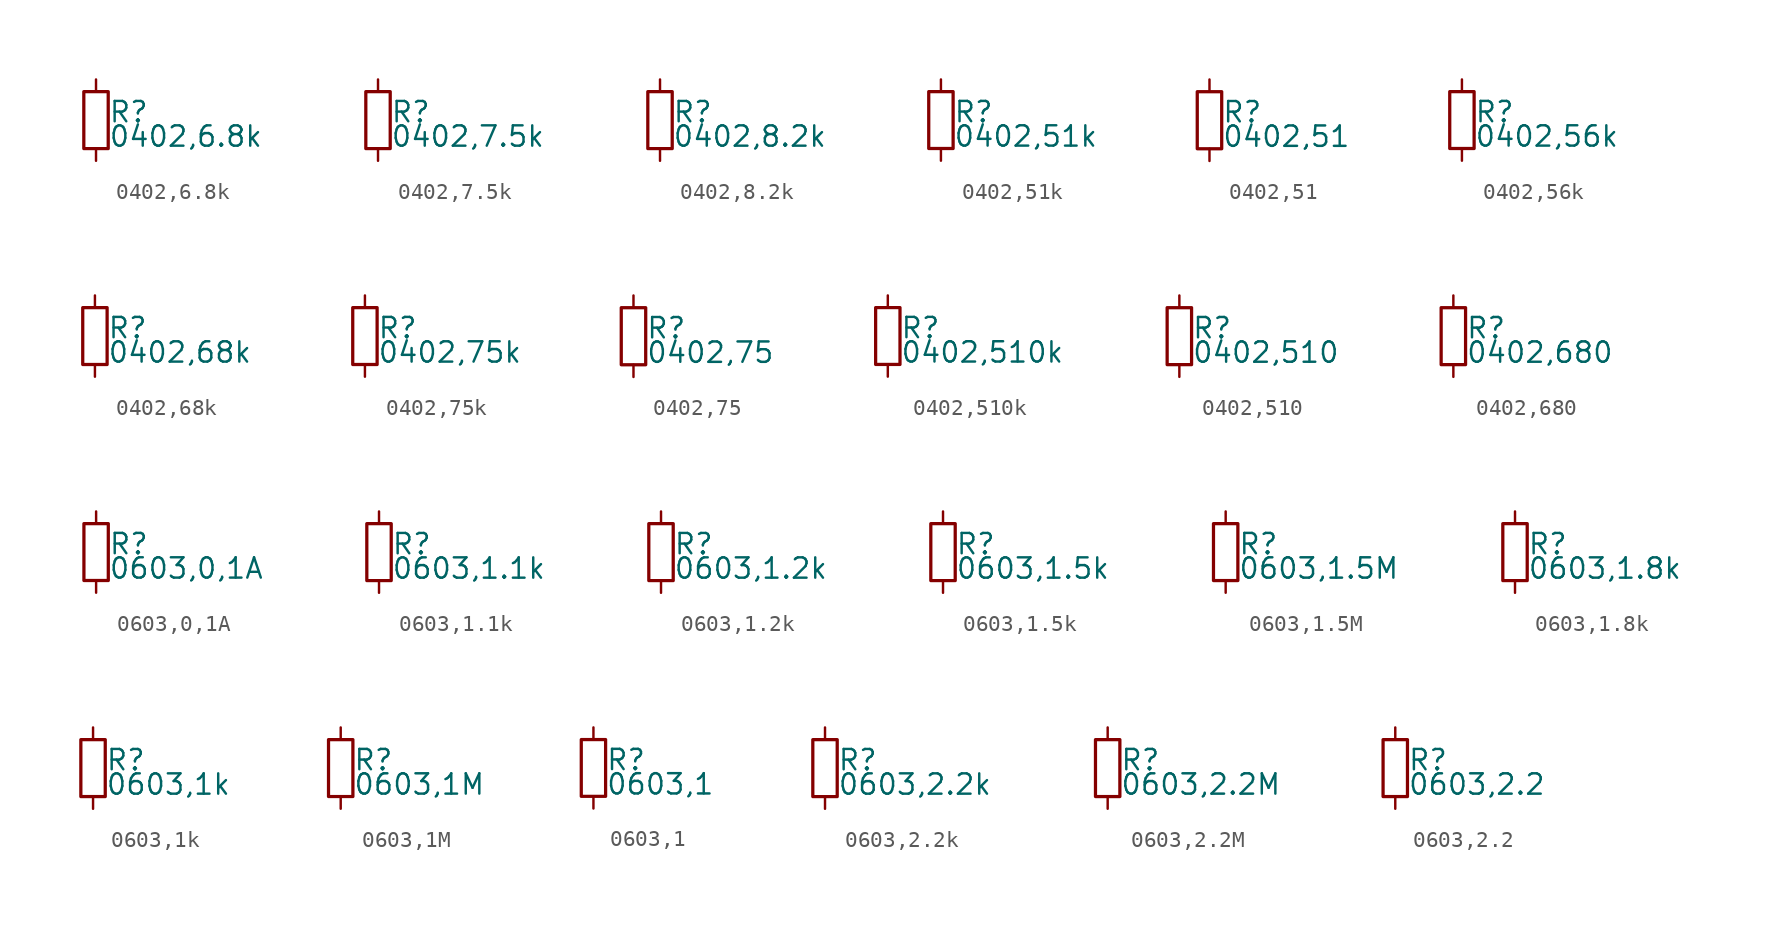
<source format=kicad_sym>
(kicad_symbol_lib
  (version 20220914)
  (generator kicad_symbol_editor)
  (symbol "0402,6.8k"
    (property "Reference" "R"
      (at 0.762 0.508 0)
      (effects (font (size 1.27 1.27)) (justify left)))
    (property "Value" "0402,6.8k"
      (at 0.762 -1.016 0)
      (effects (font (size 1.27 1.27)) (justify left)))
    (property "ki_locked" ""
      (at 0 0 0)
      (effects (font (size 1.27 1.27))))
    (symbol "0402,6.8k_0_0"
      (rectangle (start -0.762 1.778) (end 0.762 -1.778) (stroke (width 0.203) (type default)) (fill (type none)))
      (pin passive line (at 0 2.54 270) (length 0.762) (name "~" (effects (font (size 0 0)))) (number "1" (effects (font (size 0 0)))))
      (pin passive line (at 0 -2.54 90) (length 0.762) (name "~" (effects (font (size 0 0)))) (number "2" (effects (font (size 0 0)))))))
  (symbol "0402,7.5k"
    (property "Reference" "R"
      (at 0.762 0.508 0)
      (effects (font (size 1.27 1.27)) (justify left)))
    (property "Value" "0402,7.5k"
      (at 0.762 -1.016 0)
      (effects (font (size 1.27 1.27)) (justify left)))
    (property "ki_locked" ""
      (at 0 0 0)
      (effects (font (size 1.27 1.27))))
    (symbol "0402,7.5k_0_0"
      (rectangle (start -0.762 1.778) (end 0.762 -1.778) (stroke (width 0.203) (type default)) (fill (type none)))
      (pin passive line (at 0 2.54 270) (length 0.762) (name "~" (effects (font (size 0 0)))) (number "1" (effects (font (size 0 0)))))
      (pin passive line (at 0 -2.54 90) (length 0.762) (name "~" (effects (font (size 0 0)))) (number "2" (effects (font (size 0 0)))))))
  (symbol "0402,8.2k"
    (property "Reference" "R"
      (at 0.762 0.508 0)
      (effects (font (size 1.27 1.27)) (justify left)))
    (property "Value" "0402,8.2k"
      (at 0.762 -1.016 0)
      (effects (font (size 1.27 1.27)) (justify left)))
    (property "ki_locked" ""
      (at 0 0 0)
      (effects (font (size 1.27 1.27))))
    (symbol "0402,8.2k_0_0"
      (rectangle (start -0.762 1.778) (end 0.762 -1.778) (stroke (width 0.203) (type default)) (fill (type none)))
      (pin passive line (at 0 2.54 270) (length 0.762) (name "~" (effects (font (size 0 0)))) (number "1" (effects (font (size 0 0)))))
      (pin passive line (at 0 -2.54 90) (length 0.762) (name "~" (effects (font (size 0 0)))) (number "2" (effects (font (size 0 0)))))))
  (symbol "0402,51k"
    (property "Reference" "R"
      (at 0.762 0.508 0)
      (effects (font (size 1.27 1.27)) (justify left)))
    (property "Value" "0402,51k"
      (at 0.762 -1.016 0)
      (effects (font (size 1.27 1.27)) (justify left)))
    (property "ki_locked" ""
      (at 0 0 0)
      (effects (font (size 1.27 1.27))))
    (symbol "0402,51k_0_0"
      (rectangle (start -0.762 1.778) (end 0.762 -1.778) (stroke (width 0.203) (type default)) (fill (type none)))
      (pin passive line (at 0 2.54 270) (length 0.762) (name "~" (effects (font (size 0 0)))) (number "1" (effects (font (size 0 0)))))
      (pin passive line (at 0 -2.54 90) (length 0.762) (name "~" (effects (font (size 0 0)))) (number "2" (effects (font (size 0 0)))))))
  (symbol "0402,51"
    (property "Reference" "R"
      (at 0.762 0.508 0)
      (effects (font (size 1.27 1.27)) (justify left)))
    (property "Value" "0402,51"
      (at 0.762 -1.016 0)
      (effects (font (size 1.27 1.27)) (justify left)))
    (property "ki_locked" ""
      (at 0 0 0)
      (effects (font (size 1.27 1.27))))
    (symbol "0402,51_0_0"
      (rectangle (start -0.762 1.778) (end 0.762 -1.778) (stroke (width 0.203) (type default)) (fill (type none)))
      (pin passive line (at 0 2.54 270) (length 0.762) (name "~" (effects (font (size 0 0)))) (number "1" (effects (font (size 0 0)))))
      (pin passive line (at 0 -2.54 90) (length 0.762) (name "~" (effects (font (size 0 0)))) (number "2" (effects (font (size 0 0)))))))
  (symbol "0402,56k"
    (property "Reference" "R"
      (at 0.762 0.508 0)
      (effects (font (size 1.27 1.27)) (justify left)))
    (property "Value" "0402,56k"
      (at 0.762 -1.016 0)
      (effects (font (size 1.27 1.27)) (justify left)))
    (property "ki_locked" ""
      (at 0 0 0)
      (effects (font (size 1.27 1.27))))
    (symbol "0402,56k_0_0"
      (rectangle (start -0.762 1.778) (end 0.762 -1.778) (stroke (width 0.203) (type default)) (fill (type none)))
      (pin passive line (at 0 2.54 270) (length 0.762) (name "~" (effects (font (size 0 0)))) (number "1" (effects (font (size 0 0)))))
      (pin passive line (at 0 -2.54 90) (length 0.762) (name "~" (effects (font (size 0 0)))) (number "2" (effects (font (size 0 0)))))))
  (symbol "0402,68k"
    (property "Reference" "R"
      (at 0.762 0.508 0)
      (effects (font (size 1.27 1.27)) (justify left)))
    (property "Value" "0402,68k"
      (at 0.762 -1.016 0)
      (effects (font (size 1.27 1.27)) (justify left)))
    (property "ki_locked" ""
      (at 0 0 0)
      (effects (font (size 1.27 1.27))))
    (symbol "0402,68k_0_0"
      (rectangle (start -0.762 1.778) (end 0.762 -1.778) (stroke (width 0.203) (type default)) (fill (type none)))
      (pin passive line (at 0 2.54 270) (length 0.762) (name "~" (effects (font (size 0 0)))) (number "1" (effects (font (size 0 0)))))
      (pin passive line (at 0 -2.54 90) (length 0.762) (name "~" (effects (font (size 0 0)))) (number "2" (effects (font (size 0 0)))))))
  (symbol "0402,75k"
    (property "Reference" "R"
      (at 0.762 0.508 0)
      (effects (font (size 1.27 1.27)) (justify left)))
    (property "Value" "0402,75k"
      (at 0.762 -1.016 0)
      (effects (font (size 1.27 1.27)) (justify left)))
    (property "ki_locked" ""
      (at 0 0 0)
      (effects (font (size 1.27 1.27))))
    (symbol "0402,75k_0_0"
      (rectangle (start -0.762 1.778) (end 0.762 -1.778) (stroke (width 0.203) (type default)) (fill (type none)))
      (pin passive line (at 0 2.54 270) (length 0.762) (name "~" (effects (font (size 0 0)))) (number "1" (effects (font (size 0 0)))))
      (pin passive line (at 0 -2.54 90) (length 0.762) (name "~" (effects (font (size 0 0)))) (number "2" (effects (font (size 0 0)))))))
  (symbol "0402,75"
    (property "Reference" "R"
      (at 0.762 0.508 0)
      (effects (font (size 1.27 1.27)) (justify left)))
    (property "Value" "0402,75"
      (at 0.762 -1.016 0)
      (effects (font (size 1.27 1.27)) (justify left)))
    (property "ki_locked" ""
      (at 0 0 0)
      (effects (font (size 1.27 1.27))))
    (symbol "0402,75_0_0"
      (rectangle (start -0.762 1.778) (end 0.762 -1.778) (stroke (width 0.203) (type default)) (fill (type none)))
      (pin passive line (at 0 2.54 270) (length 0.762) (name "~" (effects (font (size 0 0)))) (number "1" (effects (font (size 0 0)))))
      (pin passive line (at 0 -2.54 90) (length 0.762) (name "~" (effects (font (size 0 0)))) (number "2" (effects (font (size 0 0)))))))
  (symbol "0402,510k"
    (property "Reference" "R"
      (at 0.762 0.508 0)
      (effects (font (size 1.27 1.27)) (justify left)))
    (property "Value" "0402,510k"
      (at 0.762 -1.016 0)
      (effects (font (size 1.27 1.27)) (justify left)))
    (property "ki_locked" ""
      (at 0 0 0)
      (effects (font (size 1.27 1.27))))
    (symbol "0402,510k_0_0"
      (rectangle (start -0.762 1.778) (end 0.762 -1.778) (stroke (width 0.203) (type default)) (fill (type none)))
      (pin passive line (at 0 2.54 270) (length 0.762) (name "~" (effects (font (size 0 0)))) (number "1" (effects (font (size 0 0)))))
      (pin passive line (at 0 -2.54 90) (length 0.762) (name "~" (effects (font (size 0 0)))) (number "2" (effects (font (size 0 0)))))))
  (symbol "0402,510"
    (property "Reference" "R"
      (at 0.762 0.508 0)
      (effects (font (size 1.27 1.27)) (justify left)))
    (property "Value" "0402,510"
      (at 0.762 -1.016 0)
      (effects (font (size 1.27 1.27)) (justify left)))
    (property "ki_locked" ""
      (at 0 0 0)
      (effects (font (size 1.27 1.27))))
    (symbol "0402,510_0_0"
      (rectangle (start -0.762 1.778) (end 0.762 -1.778) (stroke (width 0.203) (type default)) (fill (type none)))
      (pin passive line (at 0 2.54 270) (length 0.762) (name "~" (effects (font (size 0 0)))) (number "1" (effects (font (size 0 0)))))
      (pin passive line (at 0 -2.54 90) (length 0.762) (name "~" (effects (font (size 0 0)))) (number "2" (effects (font (size 0 0)))))))
  (symbol "0402,680"
    (property "Reference" "R"
      (at 0.762 0.508 0)
      (effects (font (size 1.27 1.27)) (justify left)))
    (property "Value" "0402,680"
      (at 0.762 -1.016 0)
      (effects (font (size 1.27 1.27)) (justify left)))
    (property "ki_locked" ""
      (at 0 0 0)
      (effects (font (size 1.27 1.27))))
    (symbol "0402,680_0_0"
      (rectangle (start -0.762 1.778) (end 0.762 -1.778) (stroke (width 0.203) (type default)) (fill (type none)))
      (pin passive line (at 0 2.54 270) (length 0.762) (name "~" (effects (font (size 0 0)))) (number "1" (effects (font (size 0 0)))))
      (pin passive line (at 0 -2.54 90) (length 0.762) (name "~" (effects (font (size 0 0)))) (number "2" (effects (font (size 0 0)))))))
  (symbol "0603,0,1A"
    (property "Reference" "R"
      (at 0.762 0.508 0)
      (effects (font (size 1.27 1.27)) (justify left)))
    (property "Value" "0603,0,1A"
      (at 0.762 -1.016 0)
      (effects (font (size 1.27 1.27)) (justify left)))
    (property "ki_locked" ""
      (at 0 0 0)
      (effects (font (size 1.27 1.27))))
    (symbol "0603,0,1A_0_0"
      (rectangle (start -0.762 1.778) (end 0.762 -1.778) (stroke (width 0.203) (type default)) (fill (type none)))
      (pin passive line (at 0 2.54 270) (length 0.762) (name "~" (effects (font (size 0 0)))) (number "1" (effects (font (size 0 0)))))
      (pin passive line (at 0 -2.54 90) (length 0.762) (name "~" (effects (font (size 0 0)))) (number "2" (effects (font (size 0 0)))))))
  (symbol "0603,1.1k"
    (property "Reference" "R"
      (at 0.762 0.508 0)
      (effects (font (size 1.27 1.27)) (justify left)))
    (property "Value" "0603,1.1k"
      (at 0.762 -1.016 0)
      (effects (font (size 1.27 1.27)) (justify left)))
    (property "ki_locked" ""
      (at 0 0 0)
      (effects (font (size 1.27 1.27))))
    (symbol "0603,1.1k_0_0"
      (rectangle (start -0.762 1.778) (end 0.762 -1.778) (stroke (width 0.203) (type default)) (fill (type none)))
      (pin passive line (at 0 2.54 270) (length 0.762) (name "~" (effects (font (size 0 0)))) (number "1" (effects (font (size 0 0)))))
      (pin passive line (at 0 -2.54 90) (length 0.762) (name "~" (effects (font (size 0 0)))) (number "2" (effects (font (size 0 0)))))))
  (symbol "0603,1.2k"
    (property "Reference" "R"
      (at 0.762 0.508 0)
      (effects (font (size 1.27 1.27)) (justify left)))
    (property "Value" "0603,1.2k"
      (at 0.762 -1.016 0)
      (effects (font (size 1.27 1.27)) (justify left)))
    (property "ki_locked" ""
      (at 0 0 0)
      (effects (font (size 1.27 1.27))))
    (symbol "0603,1.2k_0_0"
      (rectangle (start -0.762 1.778) (end 0.762 -1.778) (stroke (width 0.203) (type default)) (fill (type none)))
      (pin passive line (at 0 2.54 270) (length 0.762) (name "~" (effects (font (size 0 0)))) (number "1" (effects (font (size 0 0)))))
      (pin passive line (at 0 -2.54 90) (length 0.762) (name "~" (effects (font (size 0 0)))) (number "2" (effects (font (size 0 0)))))))
  (symbol "0603,1.5k"
    (property "Reference" "R"
      (at 0.762 0.508 0)
      (effects (font (size 1.27 1.27)) (justify left)))
    (property "Value" "0603,1.5k"
      (at 0.762 -1.016 0)
      (effects (font (size 1.27 1.27)) (justify left)))
    (property "ki_locked" ""
      (at 0 0 0)
      (effects (font (size 1.27 1.27))))
    (symbol "0603,1.5k_0_0"
      (rectangle (start -0.762 1.778) (end 0.762 -1.778) (stroke (width 0.203) (type default)) (fill (type none)))
      (pin passive line (at 0 2.54 270) (length 0.762) (name "~" (effects (font (size 0 0)))) (number "1" (effects (font (size 0 0)))))
      (pin passive line (at 0 -2.54 90) (length 0.762) (name "~" (effects (font (size 0 0)))) (number "2" (effects (font (size 0 0)))))))
  (symbol "0603,1.5M"
    (property "Reference" "R"
      (at 0.762 0.508 0)
      (effects (font (size 1.27 1.27)) (justify left)))
    (property "Value" "0603,1.5M"
      (at 0.762 -1.016 0)
      (effects (font (size 1.27 1.27)) (justify left)))
    (property "ki_locked" ""
      (at 0 0 0)
      (effects (font (size 1.27 1.27))))
    (symbol "0603,1.5M_0_0"
      (rectangle (start -0.762 1.778) (end 0.762 -1.778) (stroke (width 0.203) (type default)) (fill (type none)))
      (pin passive line (at 0 2.54 270) (length 0.762) (name "~" (effects (font (size 0 0)))) (number "1" (effects (font (size 0 0)))))
      (pin passive line (at 0 -2.54 90) (length 0.762) (name "~" (effects (font (size 0 0)))) (number "2" (effects (font (size 0 0)))))))
  (symbol "0603,1.8k"
    (property "Reference" "R"
      (at 0.762 0.508 0)
      (effects (font (size 1.27 1.27)) (justify left)))
    (property "Value" "0603,1.8k"
      (at 0.762 -1.016 0)
      (effects (font (size 1.27 1.27)) (justify left)))
    (property "ki_locked" ""
      (at 0 0 0)
      (effects (font (size 1.27 1.27))))
    (symbol "0603,1.8k_0_0"
      (rectangle (start -0.762 1.778) (end 0.762 -1.778) (stroke (width 0.203) (type default)) (fill (type none)))
      (pin passive line (at 0 2.54 270) (length 0.762) (name "~" (effects (font (size 0 0)))) (number "1" (effects (font (size 0 0)))))
      (pin passive line (at 0 -2.54 90) (length 0.762) (name "~" (effects (font (size 0 0)))) (number "2" (effects (font (size 0 0)))))))
  (symbol "0603,1k"
    (property "Reference" "R"
      (at 0.762 0.508 0)
      (effects (font (size 1.27 1.27)) (justify left)))
    (property "Value" "0603,1k"
      (at 0.762 -1.016 0)
      (effects (font (size 1.27 1.27)) (justify left)))
    (property "ki_locked" ""
      (at 0 0 0)
      (effects (font (size 1.27 1.27))))
    (symbol "0603,1k_0_0"
      (rectangle (start -0.762 1.778) (end 0.762 -1.778) (stroke (width 0.203) (type default)) (fill (type none)))
      (pin passive line (at 0 2.54 270) (length 0.762) (name "~" (effects (font (size 0 0)))) (number "1" (effects (font (size 0 0)))))
      (pin passive line (at 0 -2.54 90) (length 0.762) (name "~" (effects (font (size 0 0)))) (number "2" (effects (font (size 0 0)))))))
  (symbol "0603,1M"
    (property "Reference" "R"
      (at 0.762 0.508 0)
      (effects (font (size 1.27 1.27)) (justify left)))
    (property "Value" "0603,1M"
      (at 0.762 -1.016 0)
      (effects (font (size 1.27 1.27)) (justify left)))
    (property "ki_locked" ""
      (at 0 0 0)
      (effects (font (size 1.27 1.27))))
    (symbol "0603,1M_0_0"
      (rectangle (start -0.762 1.778) (end 0.762 -1.778) (stroke (width 0.203) (type default)) (fill (type none)))
      (pin passive line (at 0 2.54 270) (length 0.762) (name "~" (effects (font (size 0 0)))) (number "1" (effects (font (size 0 0)))))
      (pin passive line (at 0 -2.54 90) (length 0.762) (name "~" (effects (font (size 0 0)))) (number "2" (effects (font (size 0 0)))))))
  (symbol "0603,1"
    (property "Reference" "R"
      (at 0.762 0.508 0)
      (effects (font (size 1.27 1.27)) (justify left)))
    (property "Value" "0603,1"
      (at 0.762 -1.016 0)
      (effects (font (size 1.27 1.27)) (justify left)))
    (property "ki_locked" ""
      (at 0 0 0)
      (effects (font (size 1.27 1.27))))
    (symbol "0603,1_0_0"
      (rectangle (start -0.762 1.778) (end 0.762 -1.778) (stroke (width 0.203) (type default)) (fill (type none)))
      (pin passive line (at 0 2.54 270) (length 0.762) (name "~" (effects (font (size 0 0)))) (number "1" (effects (font (size 0 0)))))
      (pin passive line (at 0 -2.54 90) (length 0.762) (name "~" (effects (font (size 0 0)))) (number "2" (effects (font (size 0 0)))))))
  (symbol "0603,2.2k"
    (property "Reference" "R"
      (at 0.762 0.508 0)
      (effects (font (size 1.27 1.27)) (justify left)))
    (property "Value" "0603,2.2k"
      (at 0.762 -1.016 0)
      (effects (font (size 1.27 1.27)) (justify left)))
    (property "ki_locked" ""
      (at 0 0 0)
      (effects (font (size 1.27 1.27))))
    (symbol "0603,2.2k_0_0"
      (rectangle (start -0.762 1.778) (end 0.762 -1.778) (stroke (width 0.203) (type default)) (fill (type none)))
      (pin passive line (at 0 2.54 270) (length 0.762) (name "~" (effects (font (size 0 0)))) (number "1" (effects (font (size 0 0)))))
      (pin passive line (at 0 -2.54 90) (length 0.762) (name "~" (effects (font (size 0 0)))) (number "2" (effects (font (size 0 0)))))))
  (symbol "0603,2.2M"
    (property "Reference" "R"
      (at 0.762 0.508 0)
      (effects (font (size 1.27 1.27)) (justify left)))
    (property "Value" "0603,2.2M"
      (at 0.762 -1.016 0)
      (effects (font (size 1.27 1.27)) (justify left)))
    (property "ki_locked" ""
      (at 0 0 0)
      (effects (font (size 1.27 1.27))))
    (symbol "0603,2.2M_0_0"
      (rectangle (start -0.762 1.778) (end 0.762 -1.778) (stroke (width 0.203) (type default)) (fill (type none)))
      (pin passive line (at 0 2.54 270) (length 0.762) (name "~" (effects (font (size 0 0)))) (number "1" (effects (font (size 0 0)))))
      (pin passive line (at 0 -2.54 90) (length 0.762) (name "~" (effects (font (size 0 0)))) (number "2" (effects (font (size 0 0)))))))
  (symbol "0603,2.2"
    (property "Reference" "R"
      (at 0.762 0.508 0)
      (effects (font (size 1.27 1.27)) (justify left)))
    (property "Value" "0603,2.2"
      (at 0.762 -1.016 0)
      (effects (font (size 1.27 1.27)) (justify left)))
    (property "ki_locked" ""
      (at 0 0 0)
      (effects (font (size 1.27 1.27))))
    (symbol "0603,2.2_0_0"
      (rectangle (start -0.762 1.778) (end 0.762 -1.778) (stroke (width 0.203) (type default)) (fill (type none)))
      (pin passive line (at 0 2.54 270) (length 0.762) (name "~" (effects (font (size 0 0)))) (number "1" (effects (font (size 0 0)))))
      (pin passive line (at 0 -2.54 90) (length 0.762) (name "~" (effects (font (size 0 0)))) (number "2" (effects (font (size 0 0))))))))
</source>
